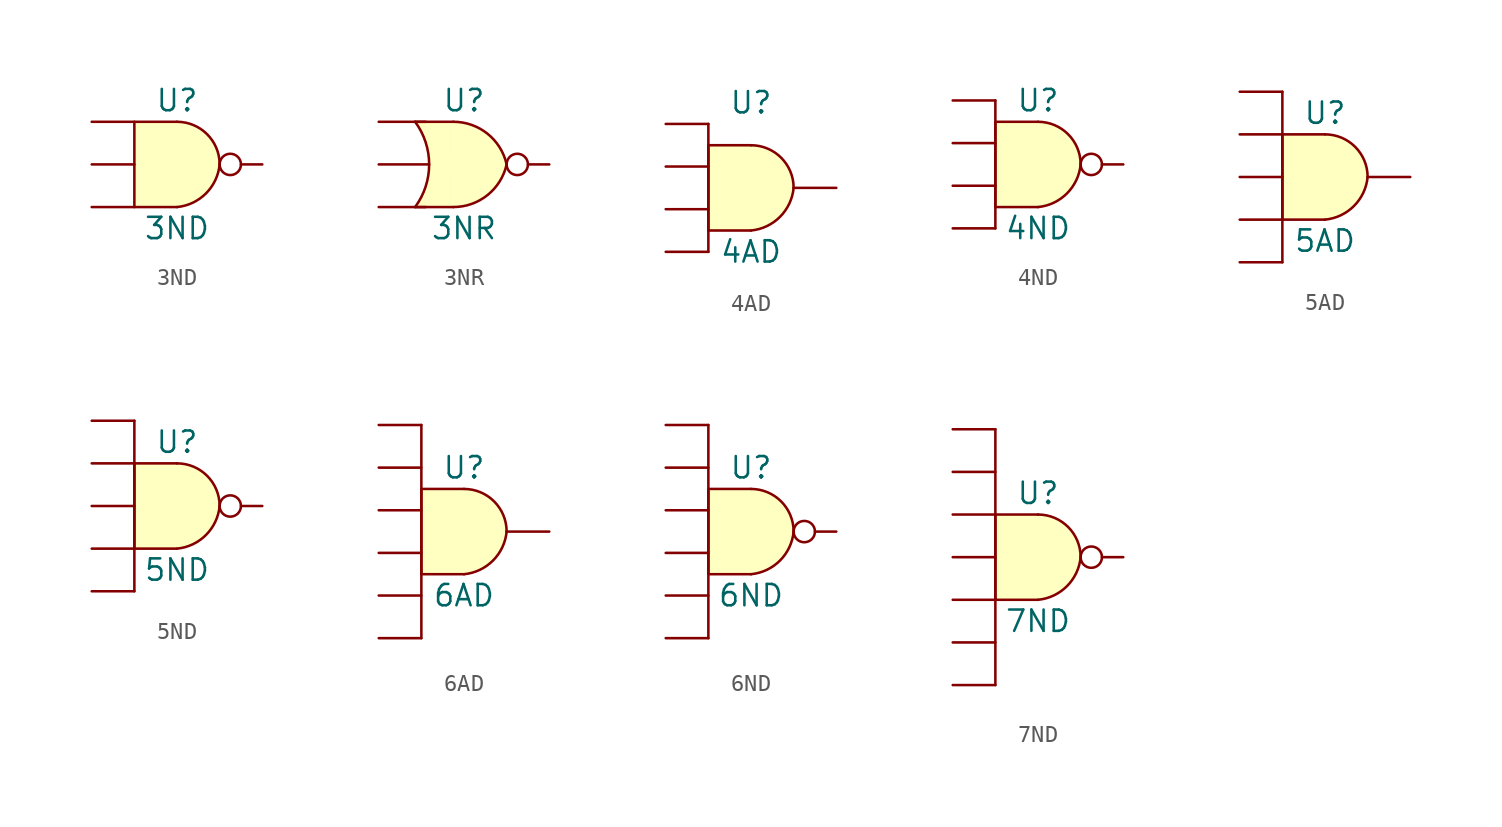
<source format=kicad_sym>
(kicad_symbol_lib
  (version 20231120)
  (generator "kicad_symbol_editor")
  (generator_version "8.0")
  (symbol "3ND"
    (property "Reference" "U"
      (at 0 3.81 0)
      (effects (font (size 1.27 1.27))))
    (property "Value" "3ND"
      (at 0 -3.81 0)
      (effects (font (size 1.27 1.27))))
    (symbol "3ND_1_1"
      (arc (start 0 -2.54) (mid 1.7263 -1.7263) (end 2.54 0) (stroke (width 0) (type default)) (fill (type background)))
      (polyline (pts (xy 0 2.54) (xy -2.54 2.54) (xy -2.54 -2.54) (xy 0 -2.54)) (stroke (width 0) (type default)) (fill (type background)))
      (arc (start 2.54 0) (mid 1.7961 1.7961) (end 0 2.54) (stroke (width 0) (type default)) (fill (type background)))
      (pin input line (at -5.08 -2.54 0) (length 2.54) (name "" (effects (font (size 1.27 1.27)))) (number "" (effects (font (size 1.27 1.27)))))
      (pin input line (at -5.08 0 0) (length 2.54) (name "" (effects (font (size 1.27 1.27)))) (number "" (effects (font (size 1.27 1.27)))))
      (pin input line (at -5.08 2.54 0) (length 2.54) (name "" (effects (font (size 1.27 1.27)))) (number "" (effects (font (size 1.27 1.27)))))
      (pin output inverted (at 5.08 0 180) (length 2.54) (name "" (effects (font (size 1.27 1.27)))) (number "" (effects (font (size 1.27 1.27)))))))
  (symbol "3NR"
    (property "Reference" "U"
      (at 0 3.81 0)
      (effects (font (size 1.27 1.27))))
    (property "Value" "3NR"
      (at 0 -3.81 0)
      (effects (font (size 1.27 1.27))))
    (symbol "3NR_1_1"
      (arc (start -2.9127 -2.5398) (mid -2.0762 0.0001) (end -2.9129 2.54) (stroke (width 0) (type default)) (fill (type none)))
      (arc (start -0.635 -2.54) (mid 1.3992 -1.8283) (end 2.54 0) (stroke (width 0) (type default)) (fill (type background)))
      (polyline (pts (xy -0.635 -2.54) (xy -2.921 -2.54)) (stroke (width 0) (type default)) (fill (type outline)))
      (polyline (pts (xy -0.635 2.54) (xy -2.921 2.54)) (stroke (width 0) (type default)) (fill (type background)))
      (polyline (pts (xy -0.635 2.54) (xy -2.921 2.54) (xy -2.54 1.905) (xy -2.286 1.27) (xy -2.159 0.762) (xy -2.108 0.457) (xy -2.083 0.178) (xy -2.083 -0.127) (xy -2.134 -0.66) (xy -2.21 -1.016) (xy -2.311 -1.372) (xy -2.438 -1.676) (xy -2.616 -2.057) (xy -2.794 -2.337) (xy -2.921 -2.54) (xy -0.635 -2.54)) (stroke (width -0.0001) (type default)) (fill (type background)))
      (arc (start 2.54 0) (mid 1.3994 1.8287) (end -0.635 2.54) (stroke (width 0) (type default)) (fill (type background)))
      (pin input line (at -5.08 2.54 0) (length 2.794) (name "" (effects (font (size 1.27 1.27)))) (number "1" (effects (font (size 0 0)))))
      (pin input line (at -5.08 0 0) (length 3) (name "" (effects (font (size 1.27 1.27)))) (number "2" (effects (font (size 0 0)))))
      (pin input line (at -5.08 -2.54 0) (length 2.794) (name "" (effects (font (size 1.27 1.27)))) (number "3" (effects (font (size 0 0)))))
      (pin output inverted (at 5.08 0 180) (length 2.54) (name "" (effects (font (size 1.27 1.27)))) (number "4" (effects (font (size 0 0)))))))
  (symbol "4AD"
    (property "Reference" "U"
      (at 0 5.08 0)
      (effects (font (size 1.27 1.27))))
    (property "Value" "4AD"
      (at 0 -3.81 0)
      (effects (font (size 1.27 1.27))))
    (symbol "4AD_0_1"
      (polyline (pts (xy -2.54 3.81) (xy -2.54 2.54) (xy -2.54 -3.81)) (stroke (width 0) (type default)) (fill (type none))))
    (symbol "4AD_1_1"
      (arc (start 0 -2.54) (mid 1.7263 -1.7263) (end 2.54 0) (stroke (width 0) (type default)) (fill (type background)))
      (polyline (pts (xy 0 2.54) (xy -2.54 2.54) (xy -2.54 -2.54) (xy 0 -2.54)) (stroke (width 0) (type default)) (fill (type background)))
      (arc (start 2.54 0) (mid 1.7961 1.7961) (end 0 2.54) (stroke (width 0) (type default)) (fill (type background)))
      (pin input line (at -5.08 3.81 0) (length 2.54) (name "" (effects (font (size 1.27 1.27)))) (number "1" (effects (font (size 0 0)))))
      (pin input line (at -5.08 1.27 0) (length 2.54) (name "" (effects (font (size 1.27 1.27)))) (number "2" (effects (font (size 0 0)))))
      (pin input line (at -5.08 -1.27 0) (length 2.54) (name "" (effects (font (size 1.27 1.27)))) (number "3" (effects (font (size 0 0)))))
      (pin input line (at -5.08 -3.81 0) (length 2.54) (name "" (effects (font (size 1.27 1.27)))) (number "4" (effects (font (size 0 0)))))
      (pin output line (at 5.08 0 180) (length 2.54) (name "" (effects (font (size 1.27 1.27)))) (number "5" (effects (font (size 0 0)))))))
  (symbol "4ND"
    (property "Reference" "U"
      (at 0 3.81 0)
      (effects (font (size 1.27 1.27))))
    (property "Value" "4ND"
      (at 0 -3.81 0)
      (effects (font (size 1.27 1.27))))
    (symbol "4ND_0_1"
      (polyline (pts (xy -2.54 3.81) (xy -2.54 2.54) (xy -2.54 -3.81)) (stroke (width 0) (type default)) (fill (type none))))
    (symbol "4ND_1_1"
      (arc (start 0 -2.54) (mid 1.7263 -1.7263) (end 2.54 0) (stroke (width 0) (type default)) (fill (type background)))
      (polyline (pts (xy 0 2.54) (xy -2.54 2.54) (xy -2.54 -2.54) (xy 0 -2.54)) (stroke (width 0) (type default)) (fill (type background)))
      (arc (start 2.54 0) (mid 1.7961 1.7961) (end 0 2.54) (stroke (width 0) (type default)) (fill (type background)))
      (pin input line (at -5.08 3.81 0) (length 2.54) (name "" (effects (font (size 1.27 1.27)))) (number "1" (effects (font (size 0 0)))))
      (pin input line (at -5.08 1.27 0) (length 2.54) (name "" (effects (font (size 1.27 1.27)))) (number "2" (effects (font (size 0 0)))))
      (pin input line (at -5.08 -1.27 0) (length 2.54) (name "" (effects (font (size 1.27 1.27)))) (number "3" (effects (font (size 0 0)))))
      (pin input line (at -5.08 -3.81 0) (length 2.54) (name "" (effects (font (size 1.27 1.27)))) (number "4" (effects (font (size 0 0)))))
      (pin output inverted (at 5.08 0 180) (length 2.54) (name "" (effects (font (size 1.27 1.27)))) (number "5" (effects (font (size 0 0)))))))
  (symbol "5AD"
    (property "Reference" "U"
      (at 0 3.81 0)
      (effects (font (size 1.27 1.27))))
    (property "Value" "5AD"
      (at 0 -3.81 0)
      (effects (font (size 1.27 1.27))))
    (symbol "5AD_0_1"
      (polyline (pts (xy -2.54 5.08) (xy -2.54 3.81) (xy -2.54 -5.08)) (stroke (width 0) (type default)) (fill (type none))))
    (symbol "5AD_1_1"
      (arc (start 0 -2.54) (mid 1.7263 -1.7263) (end 2.54 0) (stroke (width 0) (type default)) (fill (type background)))
      (polyline (pts (xy 0 2.54) (xy -2.54 2.54) (xy -2.54 -2.54) (xy 0 -2.54)) (stroke (width 0) (type default)) (fill (type background)))
      (arc (start 2.54 0) (mid 1.7961 1.7961) (end 0 2.54) (stroke (width 0) (type default)) (fill (type background)))
      (pin input line (at -5.08 5.08 0) (length 2.54) (name "" (effects (font (size 1.27 1.27)))) (number "1" (effects (font (size 0 0)))))
      (pin input line (at -5.08 2.54 0) (length 2.54) (name "" (effects (font (size 1.27 1.27)))) (number "2" (effects (font (size 0 0)))))
      (pin input line (at -5.08 0 0) (length 2.54) (name "" (effects (font (size 1.27 1.27)))) (number "3" (effects (font (size 0 0)))))
      (pin input line (at -5.08 -2.54 0) (length 2.54) (name "" (effects (font (size 1.27 1.27)))) (number "4" (effects (font (size 0 0)))))
      (pin input line (at -5.08 -5.08 0) (length 2.54) (name "" (effects (font (size 1.27 1.27)))) (number "5" (effects (font (size 0 0)))))
      (pin output line (at 5.08 0 180) (length 2.54) (name "" (effects (font (size 1.27 1.27)))) (number "6" (effects (font (size 0 0)))))))
  (symbol "5ND"
    (property "Reference" "U"
      (at 0 3.81 0)
      (effects (font (size 1.27 1.27))))
    (property "Value" "5ND"
      (at 0 -3.81 0)
      (effects (font (size 1.27 1.27))))
    (symbol "5ND_0_1"
      (polyline (pts (xy -2.54 5.08) (xy -2.54 3.81) (xy -2.54 -5.08)) (stroke (width 0) (type default)) (fill (type none))))
    (symbol "5ND_1_1"
      (arc (start 0 -2.54) (mid 1.7263 -1.7263) (end 2.54 0) (stroke (width 0) (type default)) (fill (type background)))
      (polyline (pts (xy 0 2.54) (xy -2.54 2.54) (xy -2.54 -2.54) (xy 0 -2.54)) (stroke (width 0) (type default)) (fill (type background)))
      (arc (start 2.54 0) (mid 1.7961 1.7961) (end 0 2.54) (stroke (width 0) (type default)) (fill (type background)))
      (pin input line (at -5.08 5.08 0) (length 2.54) (name "" (effects (font (size 1.27 1.27)))) (number "1" (effects (font (size 0 0)))))
      (pin input line (at -5.08 2.54 0) (length 2.54) (name "" (effects (font (size 1.27 1.27)))) (number "2" (effects (font (size 0 0)))))
      (pin input line (at -5.08 0 0) (length 2.54) (name "" (effects (font (size 1.27 1.27)))) (number "3" (effects (font (size 0 0)))))
      (pin input line (at -5.08 -2.54 0) (length 2.54) (name "" (effects (font (size 1.27 1.27)))) (number "4" (effects (font (size 0 0)))))
      (pin input line (at -5.08 -5.08 0) (length 2.54) (name "" (effects (font (size 1.27 1.27)))) (number "5" (effects (font (size 0 0)))))
      (pin output inverted (at 5.08 0 180) (length 2.54) (name "" (effects (font (size 1.27 1.27)))) (number "6" (effects (font (size 0 0)))))))
  (symbol "6AD"
    (property "Reference" "U"
      (at 0 3.81 0)
      (effects (font (size 1.27 1.27))))
    (property "Value" "6AD"
      (at 0 -3.81 0)
      (effects (font (size 1.27 1.27))))
    (symbol "6AD_0_1"
      (polyline (pts (xy -2.54 6.35) (xy -2.54 5.08) (xy -2.54 -6.35)) (stroke (width 0) (type default)) (fill (type none))))
    (symbol "6AD_1_1"
      (arc (start 0 -2.54) (mid 1.7263 -1.7263) (end 2.54 0) (stroke (width 0) (type default)) (fill (type background)))
      (polyline (pts (xy 0 2.54) (xy -2.54 2.54) (xy -2.54 -2.54) (xy 0 -2.54)) (stroke (width 0) (type default)) (fill (type background)))
      (arc (start 2.54 0) (mid 1.7961 1.7961) (end 0 2.54) (stroke (width 0) (type default)) (fill (type background)))
      (pin input line (at -5.08 6.35 0) (length 2.54) (name "" (effects (font (size 1.27 1.27)))) (number "1" (effects (font (size 0 0)))))
      (pin input line (at -5.08 3.81 0) (length 2.54) (name "" (effects (font (size 1.27 1.27)))) (number "2" (effects (font (size 0 0)))))
      (pin input line (at -5.08 1.27 0) (length 2.54) (name "" (effects (font (size 1.27 1.27)))) (number "3" (effects (font (size 0 0)))))
      (pin input line (at -5.08 -1.27 0) (length 2.54) (name "" (effects (font (size 1.27 1.27)))) (number "4" (effects (font (size 0 0)))))
      (pin input line (at -5.08 -3.81 0) (length 2.54) (name "" (effects (font (size 1.27 1.27)))) (number "5" (effects (font (size 0 0)))))
      (pin input line (at -5.08 -6.35 0) (length 2.54) (name "" (effects (font (size 1.27 1.27)))) (number "6" (effects (font (size 0 0)))))
      (pin output line (at 5.08 0 180) (length 2.54) (name "" (effects (font (size 1.27 1.27)))) (number "7" (effects (font (size 0 0)))))))
  (symbol "6ND"
    (property "Reference" "U"
      (at 0 3.81 0)
      (effects (font (size 1.27 1.27))))
    (property "Value" "6ND"
      (at 0 -3.81 0)
      (effects (font (size 1.27 1.27))))
    (symbol "6ND_0_1"
      (polyline (pts (xy -2.54 6.35) (xy -2.54 5.08) (xy -2.54 -6.35)) (stroke (width 0) (type default)) (fill (type none))))
    (symbol "6ND_1_1"
      (arc (start 0 -2.54) (mid 1.7263 -1.7263) (end 2.54 0) (stroke (width 0) (type default)) (fill (type background)))
      (polyline (pts (xy 0 2.54) (xy -2.54 2.54) (xy -2.54 -2.54) (xy 0 -2.54)) (stroke (width 0) (type default)) (fill (type background)))
      (arc (start 2.54 0) (mid 1.7961 1.7961) (end 0 2.54) (stroke (width 0) (type default)) (fill (type background)))
      (pin input line (at -5.08 6.35 0) (length 2.54) (name "" (effects (font (size 1.27 1.27)))) (number "1" (effects (font (size 0 0)))))
      (pin input line (at -5.08 3.81 0) (length 2.54) (name "" (effects (font (size 1.27 1.27)))) (number "2" (effects (font (size 0 0)))))
      (pin input line (at -5.08 1.27 0) (length 2.54) (name "" (effects (font (size 1.27 1.27)))) (number "3" (effects (font (size 0 0)))))
      (pin input line (at -5.08 -1.27 0) (length 2.54) (name "" (effects (font (size 1.27 1.27)))) (number "4" (effects (font (size 0 0)))))
      (pin input line (at -5.08 -3.81 0) (length 2.54) (name "" (effects (font (size 1.27 1.27)))) (number "5" (effects (font (size 0 0)))))
      (pin input line (at -5.08 -6.35 0) (length 2.54) (name "" (effects (font (size 1.27 1.27)))) (number "6" (effects (font (size 0 0)))))
      (pin output inverted (at 5.08 0 180) (length 2.54) (name "" (effects (font (size 1.27 1.27)))) (number "7" (effects (font (size 0 0)))))))
  (symbol "7ND"
    (property "Reference" "U"
      (at 0 3.81 0)
      (effects (font (size 1.27 1.27))))
    (property "Value" "7ND"
      (at 0 -3.81 0)
      (effects (font (size 1.27 1.27))))
    (symbol "7ND_0_1"
      (polyline (pts (xy -2.54 7.62) (xy -2.54 6.35) (xy -2.54 -7.62)) (stroke (width 0) (type default)) (fill (type none))))
    (symbol "7ND_1_1"
      (arc (start 0 -2.54) (mid 1.7263 -1.7263) (end 2.54 0) (stroke (width 0) (type default)) (fill (type background)))
      (polyline (pts (xy 0 2.54) (xy -2.54 2.54) (xy -2.54 -2.54) (xy 0 -2.54)) (stroke (width 0) (type default)) (fill (type background)))
      (arc (start 2.54 0) (mid 1.7961 1.7961) (end 0 2.54) (stroke (width 0) (type default)) (fill (type background)))
      (pin input line (at -5.08 7.62 0) (length 2.54) (name "" (effects (font (size 1.27 1.27)))) (number "1" (effects (font (size 0 0)))))
      (pin input line (at -5.08 5.08 0) (length 2.54) (name "" (effects (font (size 1.27 1.27)))) (number "2" (effects (font (size 0 0)))))
      (pin input line (at -5.08 2.54 0) (length 2.54) (name "" (effects (font (size 1.27 1.27)))) (number "3" (effects (font (size 0 0)))))
      (pin input line (at -5.08 0 0) (length 2.54) (name "" (effects (font (size 1.27 1.27)))) (number "4" (effects (font (size 0 0)))))
      (pin input line (at -5.08 -2.54 0) (length 2.54) (name "" (effects (font (size 1.27 1.27)))) (number "5" (effects (font (size 0 0)))))
      (pin input line (at -5.08 -5.08 0) (length 2.54) (name "" (effects (font (size 1.27 1.27)))) (number "6" (effects (font (size 0 0)))))
      (pin input line (at -5.08 -7.62 0) (length 2.54) (name "" (effects (font (size 1.27 1.27)))) (number "7" (effects (font (size 0 0)))))
      (pin output inverted (at 5.08 0 180) (length 2.54) (name "" (effects (font (size 1.27 1.27)))) (number "8" (effects (font (size 0 0))))))))
</source>
